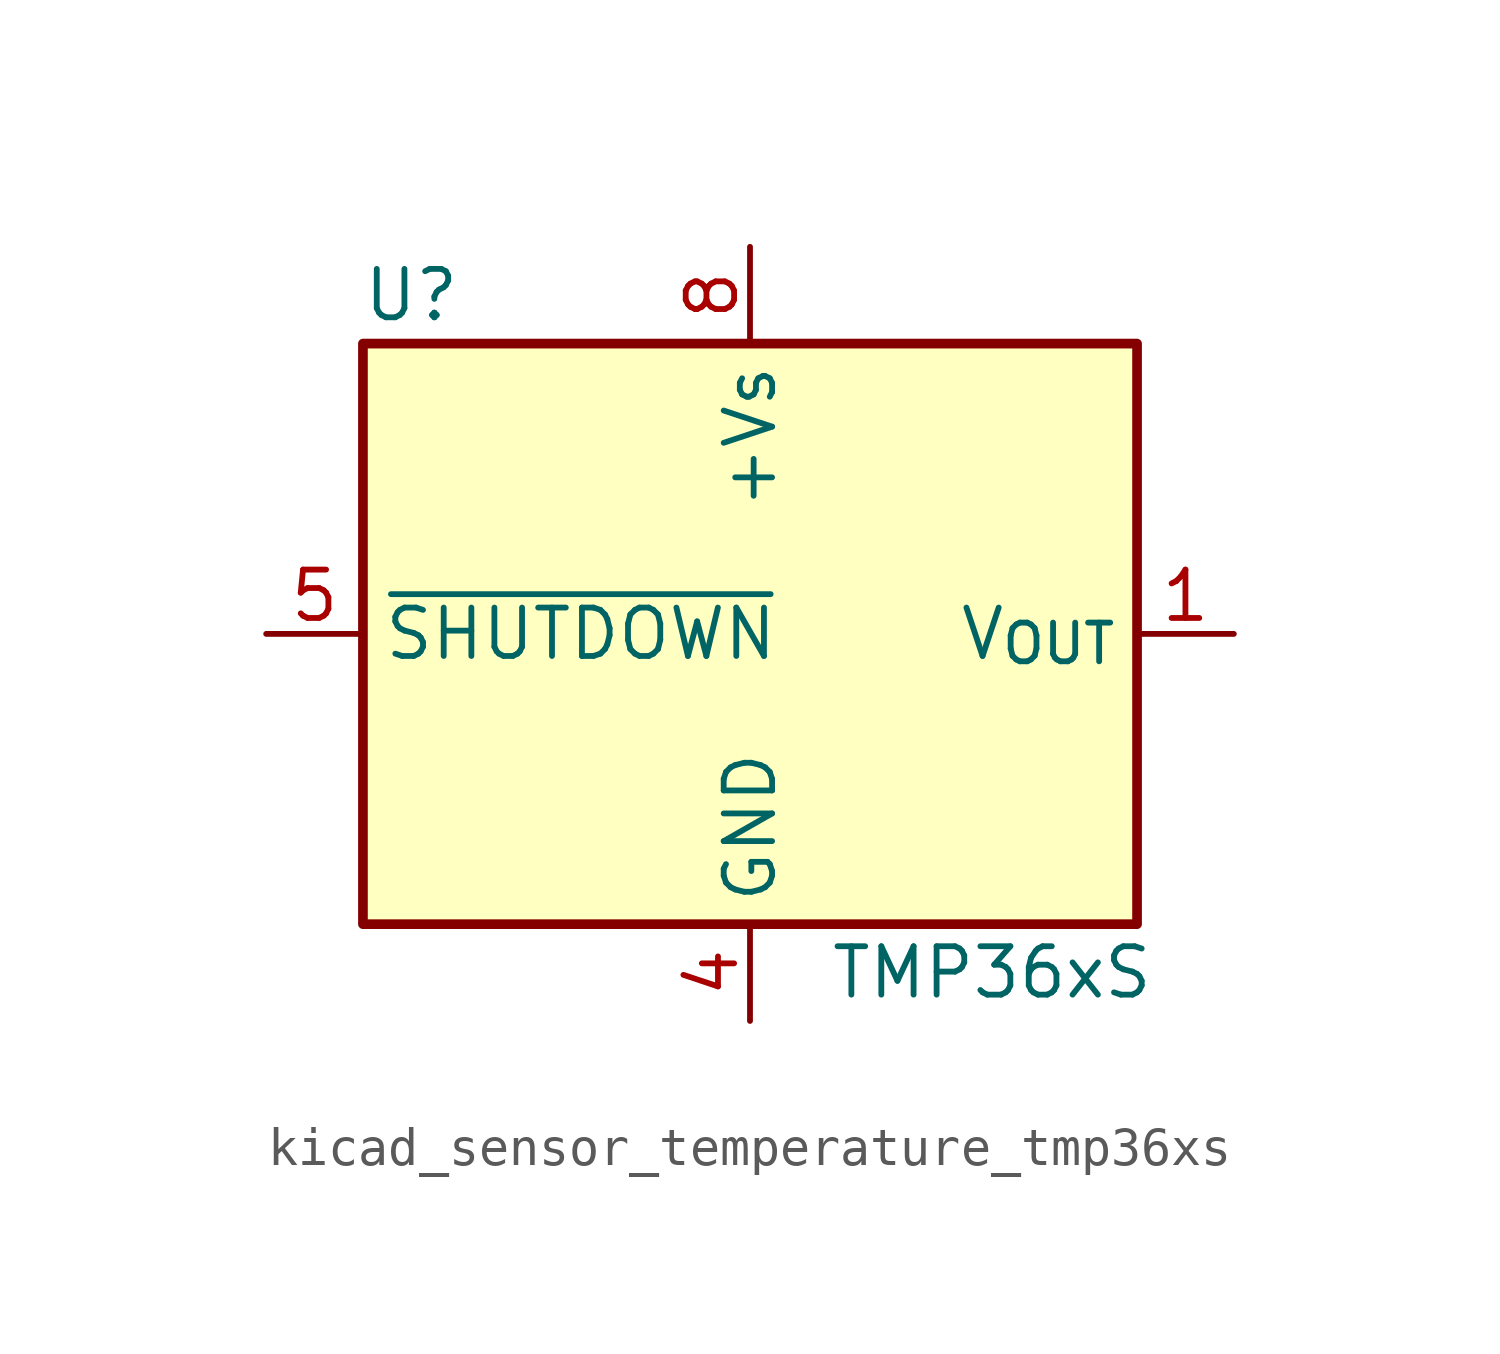
<source format=kicad_sym>
(kicad_symbol_lib
  (version 20220914)
  (generator kicad_symbol_editor)
  (symbol "kicad_sensor_temperature_tmp36xs"
    (property "Reference" "U"
      (at -8.89 8.89 0)
      (effects (font (size 1.27 1.27))))
    (property "Value" "TMP36xS"
      (at 6.35 -8.89 0)
      (effects (font (size 1.27 1.27))))
    (symbol "kicad_sensor_temperature_tmp36xs_0_1"
      (rectangle (start -10.16 7.62) (end 10.16 -7.62) (stroke (width 0.254) (type default)) (fill (type background))))
    (symbol "kicad_sensor_temperature_tmp36xs_1_1"
      (pin output line (at 12.7 0 180) (length 2.54) (name "V_{OUT}" (effects (font (size 1.27 1.27)))) (number "1" (effects (font (size 1.27 1.27)))))
      (pin power_in line (at 0 -10.16 90) (length 2.54) (name "GND" (effects (font (size 1.27 1.27)))) (number "4" (effects (font (size 1.27 1.27)))))
      (pin input line (at -12.7 0 0) (length 2.54) (name "~{SHUTDOWN}" (effects (font (size 1.27 1.27)))) (number "5" (effects (font (size 1.27 1.27)))))
      (pin power_in line (at 0 10.16 270) (length 2.54) (name "+Vs" (effects (font (size 1.27 1.27)))) (number "8" (effects (font (size 1.27 1.27))))))))
</source>
